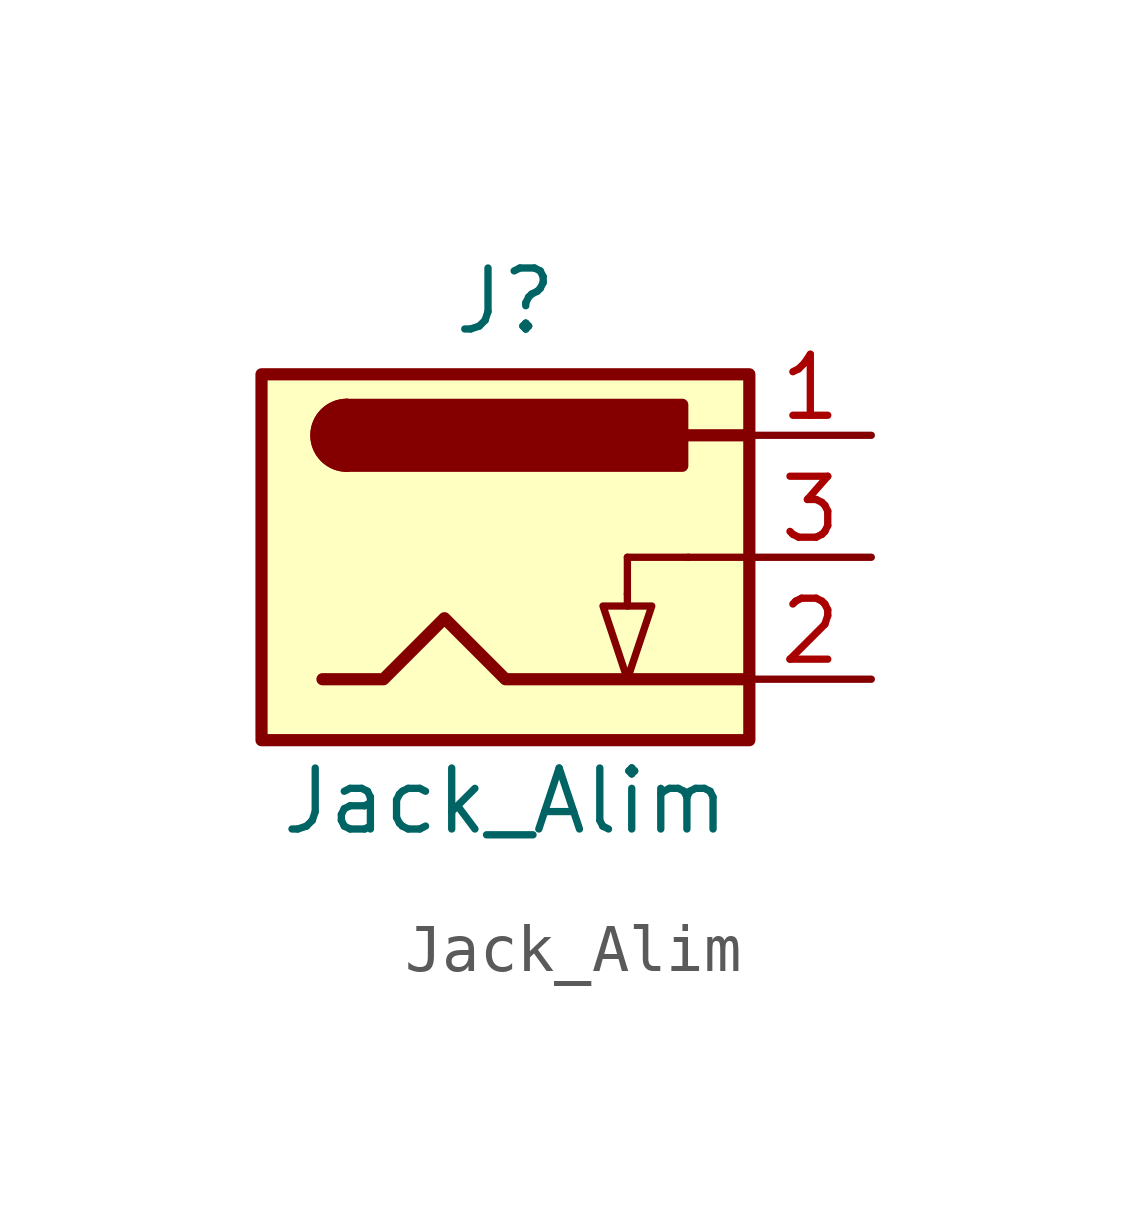
<source format=kicad_sym>
(kicad_symbol_lib
  (version 20220914)
  (generator kicad_symbol_editor)
  (symbol "Jack_Alim"
    (pin_names
      (offset 1.016))
    (property "Reference" "J"
      (at 0 5.334 0)
      (effects (font (size 1.27 1.27))))
    (property "Value" "Jack_Alim"
      (at 0 -5.08 0)
      (effects (font (size 1.27 1.27))))
    (symbol "Jack_Alim_0_1"
      (rectangle (start -5.08 3.81) (end 5.08 -3.81) (stroke (width 0.254) (type default)) (fill (type background)))
      (arc (start -3.302 3.175) (mid -3.9343 2.54) (end -3.302 1.905) (stroke (width 0.254) (type default)) (fill (type none)))
      (arc (start -3.302 3.175) (mid -3.9343 2.54) (end -3.302 1.905) (stroke (width 0.254) (type default)) (fill (type outline)))
      (polyline (pts (xy 2.54 -0.762) (xy 2.54 -1.016)) (stroke (width 0) (type default)) (fill (type none)))
      (polyline (pts (xy 5.08 2.54) (xy 3.81 2.54)) (stroke (width 0.254) (type default)) (fill (type none)))
      (polyline (pts (xy 2.54 -1.016) (xy 3.048 -1.016) (xy 2.54 -2.54) (xy 2.032 -1.016) (xy 2.54 -1.016)) (stroke (width 0) (type default)) (fill (type none)))
      (polyline (pts (xy -3.81 -2.54) (xy -2.54 -2.54) (xy -1.27 -1.27) (xy 0 -2.54) (xy 2.54 -2.54) (xy 5.08 -2.54)) (stroke (width 0.254) (type default)) (fill (type none)))
      (rectangle (start 2.54 0) (end 2.54 -0.762) (stroke (width 0) (type default)) (fill (type none)))
      (rectangle (start 3.683 3.175) (end -3.302 1.905) (stroke (width 0.254) (type default)) (fill (type outline)))
      (rectangle (start 3.81 0) (end 2.54 0) (stroke (width 0) (type default)) (fill (type none)))
      (rectangle (start 5.08 0) (end 3.81 0) (stroke (width 0) (type default)) (fill (type none))))
    (symbol "Jack_Alim_1_1"
      (pin passive line (at 7.62 2.54 180) (length 2.54) (name "~" (effects (font (size 1.27 1.27)))) (number "1" (effects (font (size 1.27 1.27)))))
      (pin passive line (at 7.62 -2.54 180) (length 2.54) (name "~" (effects (font (size 1.27 1.27)))) (number "2" (effects (font (size 1.27 1.27)))))
      (pin passive line (at 7.62 0 180) (length 2.54) (name "~" (effects (font (size 1.27 1.27)))) (number "3" (effects (font (size 1.27 1.27))))))))
</source>
